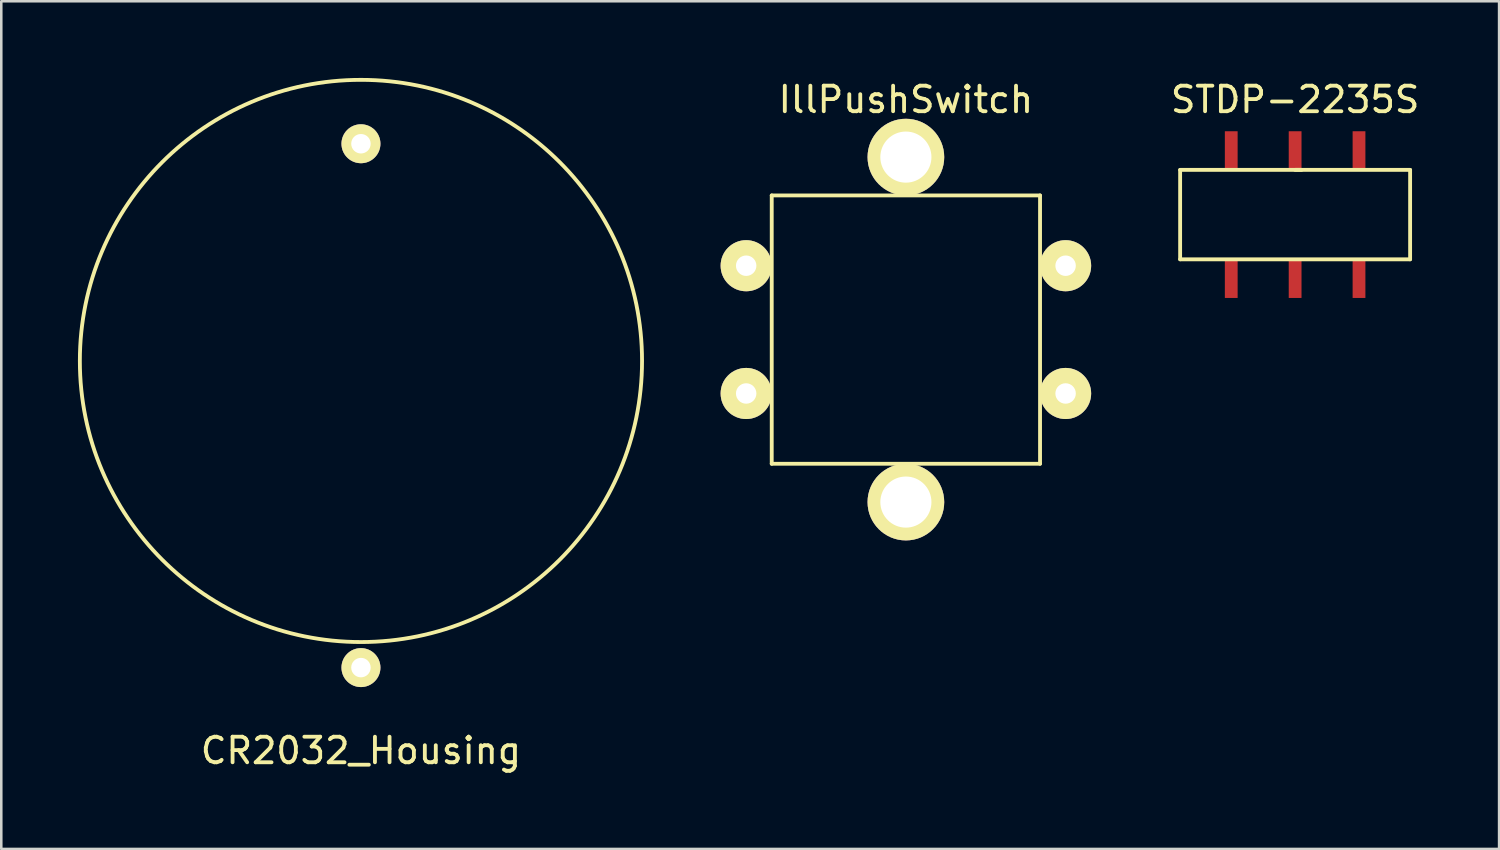
<source format=kicad_pcb>
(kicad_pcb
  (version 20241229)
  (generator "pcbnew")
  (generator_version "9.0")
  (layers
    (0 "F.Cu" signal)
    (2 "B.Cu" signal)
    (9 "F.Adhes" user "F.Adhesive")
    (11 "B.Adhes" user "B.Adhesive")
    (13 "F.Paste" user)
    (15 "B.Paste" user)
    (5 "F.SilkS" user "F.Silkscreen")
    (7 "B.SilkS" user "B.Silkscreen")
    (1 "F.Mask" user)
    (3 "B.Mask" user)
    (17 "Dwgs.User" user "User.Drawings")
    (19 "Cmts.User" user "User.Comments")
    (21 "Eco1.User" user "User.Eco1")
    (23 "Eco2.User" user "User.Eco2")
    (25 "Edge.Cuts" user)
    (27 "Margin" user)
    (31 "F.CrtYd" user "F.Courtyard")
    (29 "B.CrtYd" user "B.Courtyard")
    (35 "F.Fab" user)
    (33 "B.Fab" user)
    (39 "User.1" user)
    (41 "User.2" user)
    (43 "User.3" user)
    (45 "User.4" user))
  (footprint "CR2032_Housing"
    (layer "F.Cu")
    (at 11.075 12.825)
    (property "Reference" "CR2032_Housing" (at 0 13.5 0) (layer "F.SilkS") (effects (font (size 1 1) (thickness 0.15))))
    (attr through_hole)
    (fp_circle (center 0 -1.75) (end 11 -1.75) (stroke (width 0.15) (type solid)) (fill no) (layer "F.SilkS"))
    (pad "1" thru_hole circle (at 0 -10.25) (size 1.524 1.524) (drill 0.762) (layers "*.Cu" "*.Mask" "F.SilkS"))
    (pad "2" thru_hole circle (at 0 10.25) (size 1.524 1.524) (drill 0.762) (layers "*.Cu" "*.Mask" "F.SilkS")))
  (footprint "IllPushSwitch"
    (layer "F.Cu")
    (at 32.4 9.848)
    (property "Reference" "IllPushSwitch" (at 0 -9 0) (layer "F.SilkS") (effects (font (size 1 1) (thickness 0.15))))
    (attr through_hole)
    (fp_line (start -5.25 -5.25) (end -5.25 5.25) (stroke (width 0.15) (type solid)) (layer "F.SilkS"))
    (fp_line (start -5.25 5.25) (end 5.25 5.25) (stroke (width 0.15) (type solid)) (layer "F.SilkS"))
    (fp_line (start 5.25 -5.25) (end -5.25 -5.25) (stroke (width 0.15) (type solid)) (layer "F.SilkS"))
    (fp_line (start 5.25 5.25) (end 5.25 -5.25) (stroke (width 0.15) (type solid)) (layer "F.SilkS"))
    (pad "1" thru_hole circle (at -6.25 -2.5) (size 2 2) (drill 0.8) (layers "*.Cu" "*.Mask" "F.SilkS"))
    (pad "2" thru_hole circle (at -6.25 2.5) (size 2 2) (drill 0.8) (layers "*.Cu" "*.Mask" "F.SilkS"))
    (pad "3" thru_hole circle (at 6.25 -2.5) (size 2 2) (drill 0.8) (layers "*.Cu" "*.Mask" "F.SilkS"))
    (pad "4" thru_hole circle (at 6.25 2.5) (size 2 2) (drill 0.8) (layers "*.Cu" "*.Mask" "F.SilkS"))
    (pad "5" thru_hole circle (at 0 -6.75) (size 3 3) (drill 2) (layers "*.Cu" "*.Mask" "F.SilkS"))
    (pad "6" thru_hole circle (at 0 6.75) (size 3 3) (drill 2) (layers "*.Cu" "*.Mask" "F.SilkS")))
  (footprint "STDP-2235S"
    (layer "F.Cu")
    (at 47.632 5.348)
    (property "Reference" "STDP-2235S" (at 0 -4.5 0) (layer "F.SilkS") (effects (font (size 1 1) (thickness 0.15))))
    (attr through_hole)
    (fp_line (start -4.5 -1.75) (end 0.25 -1.75) (stroke (width 0.15) (type solid)) (layer "F.SilkS"))
    (fp_line (start -4.5 1.75) (end -4.5 -1.75) (stroke (width 0.15) (type solid)) (layer "F.SilkS"))
    (fp_line (start 0 -1.75) (end 4.5 -1.75) (stroke (width 0.15) (type solid)) (layer "F.SilkS"))
    (fp_line (start 4.5 -1.75) (end 4.5 1.75) (stroke (width 0.15) (type solid)) (layer "F.SilkS"))
    (fp_line (start 4.5 1.75) (end -4.5 1.75) (stroke (width 0.15) (type solid)) (layer "F.SilkS"))
    (pad "1" smd rect (at -2.5 -2.5) (size 0.5 1.524) (layers "F.Cu" "F.Mask" "F.Paste"))
    (pad "2" smd rect (at 0 -2.5) (size 0.5 1.524) (layers "F.Cu" "F.Mask" "F.Paste"))
    (pad "3" smd rect (at 2.5 -2.5) (size 0.5 1.524) (layers "F.Cu" "F.Mask" "F.Paste"))
    (pad "4" smd rect (at -2.5 2.5) (size 0.5 1.524) (layers "F.Cu" "F.Mask" "F.Paste"))
    (pad "5" smd rect (at 0 2.5) (size 0.5 1.524) (layers "F.Cu" "F.Mask" "F.Paste"))
    (pad "6" smd rect (at 2.5 2.5) (size 0.5 1.524) (layers "F.Cu" "F.Mask" "F.Paste")))
  (gr_rect
    (start -3 -3)
    (end 55.614 30.173)
    (stroke (width 0.1) (type default))
    (fill no)
    (layer "Edge.Cuts")))
</source>
